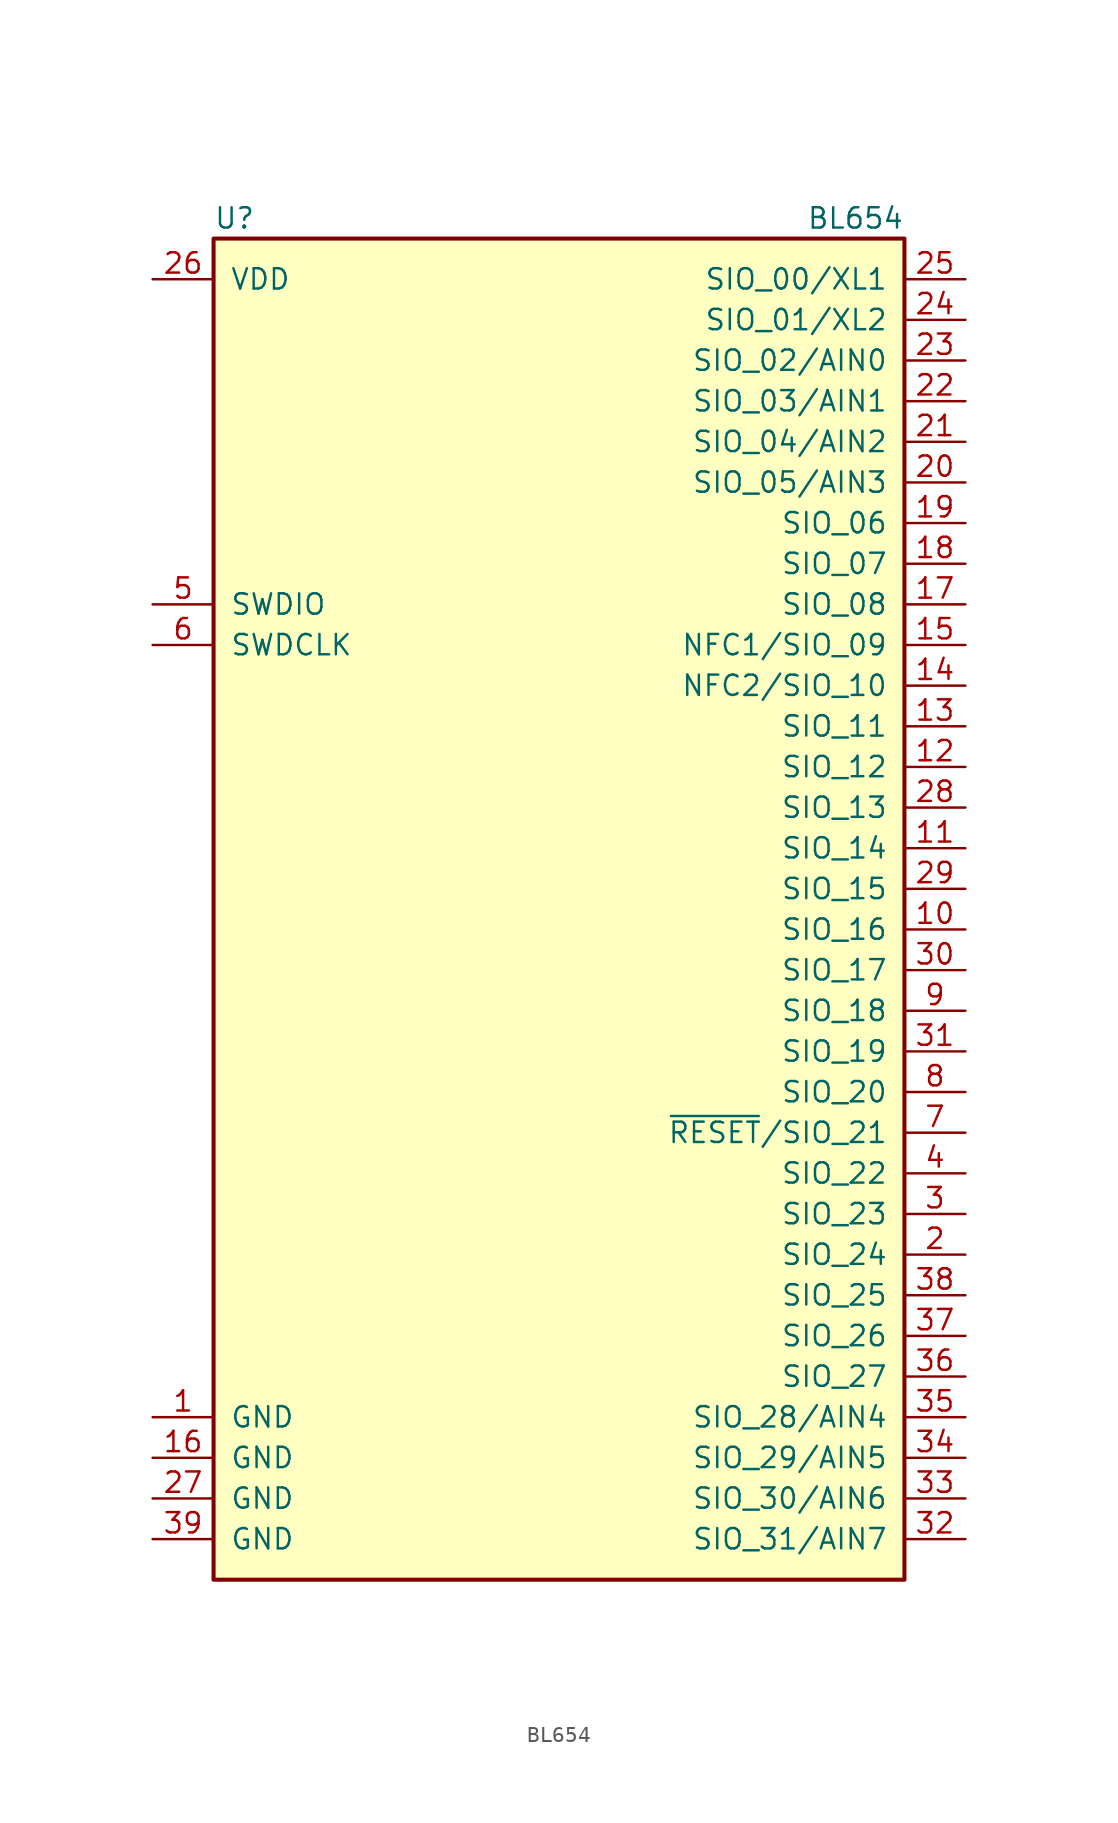
<source format=kicad_sym>
(kicad_symbol_lib
  (version 20211014)
  (generator kicad_symbol_editor)
  (symbol "BL654"
    (pin_names
      (offset 1.016))
    (property "Reference" "U"
      (at -21.59 41.91 0)
      (effects (font (size 1.27 1.27)) (justify left)))
    (property "Value" "BL654"
      (at 21.59 41.91 0)
      (effects (font (size 1.27 1.27)) (justify right)))
    (symbol "BL654_0_1"
      (rectangle (start 21.59 40.64) (end -21.59 -43.18) (stroke (width 0.254) (type default) (color 0 0 0 0)) (fill (type background))))
    (symbol "BL654_1_1"
      (pin power_in line (at -25.4 -33.02 0) (length 3.81) (name "GND" (effects (font (size 1.27 1.27)))) (number "1" (effects (font (size 1.27 1.27)))))
      (pin bidirectional line (at 25.4 -2.54 180) (length 3.81) (name "SIO_16" (effects (font (size 1.27 1.27)))) (number "10" (effects (font (size 1.27 1.27)))))
      (pin bidirectional line (at 25.4 2.54 180) (length 3.81) (name "SIO_14" (effects (font (size 1.27 1.27)))) (number "11" (effects (font (size 1.27 1.27)))))
      (pin bidirectional line (at 25.4 7.62 180) (length 3.81) (name "SIO_12" (effects (font (size 1.27 1.27)))) (number "12" (effects (font (size 1.27 1.27)))))
      (pin bidirectional line (at 25.4 10.16 180) (length 3.81) (name "SIO_11" (effects (font (size 1.27 1.27)))) (number "13" (effects (font (size 1.27 1.27)))))
      (pin bidirectional line (at 25.4 12.7 180) (length 3.81) (name "NFC2/SIO_10" (effects (font (size 1.27 1.27)))) (number "14" (effects (font (size 1.27 1.27)))))
      (pin bidirectional line (at 25.4 15.24 180) (length 3.81) (name "NFC1/SIO_09" (effects (font (size 1.27 1.27)))) (number "15" (effects (font (size 1.27 1.27)))))
      (pin power_in line (at -25.4 -35.56 0) (length 3.81) (name "GND" (effects (font (size 1.27 1.27)))) (number "16" (effects (font (size 1.27 1.27)))))
      (pin bidirectional line (at 25.4 17.78 180) (length 3.81) (name "SIO_08" (effects (font (size 1.27 1.27)))) (number "17" (effects (font (size 1.27 1.27)))))
      (pin bidirectional line (at 25.4 20.32 180) (length 3.81) (name "SIO_07" (effects (font (size 1.27 1.27)))) (number "18" (effects (font (size 1.27 1.27)))))
      (pin bidirectional line (at 25.4 22.86 180) (length 3.81) (name "SIO_06" (effects (font (size 1.27 1.27)))) (number "19" (effects (font (size 1.27 1.27)))))
      (pin bidirectional line (at 25.4 -22.86 180) (length 3.81) (name "SIO_24" (effects (font (size 1.27 1.27)))) (number "2" (effects (font (size 1.27 1.27)))))
      (pin bidirectional line (at 25.4 25.4 180) (length 3.81) (name "SIO_05/AIN3" (effects (font (size 1.27 1.27)))) (number "20" (effects (font (size 1.27 1.27)))))
      (pin bidirectional line (at 25.4 27.94 180) (length 3.81) (name "SIO_04/AIN2" (effects (font (size 1.27 1.27)))) (number "21" (effects (font (size 1.27 1.27)))))
      (pin bidirectional line (at 25.4 30.48 180) (length 3.81) (name "SIO_03/AIN1" (effects (font (size 1.27 1.27)))) (number "22" (effects (font (size 1.27 1.27)))))
      (pin bidirectional line (at 25.4 33.02 180) (length 3.81) (name "SIO_02/AIN0" (effects (font (size 1.27 1.27)))) (number "23" (effects (font (size 1.27 1.27)))))
      (pin bidirectional line (at 25.4 35.56 180) (length 3.81) (name "SIO_01/XL2" (effects (font (size 1.27 1.27)))) (number "24" (effects (font (size 1.27 1.27)))))
      (pin bidirectional line (at 25.4 38.1 180) (length 3.81) (name "SIO_00/XL1" (effects (font (size 1.27 1.27)))) (number "25" (effects (font (size 1.27 1.27)))))
      (pin power_in line (at -25.4 38.1 0) (length 3.81) (name "VDD" (effects (font (size 1.27 1.27)))) (number "26" (effects (font (size 1.27 1.27)))))
      (pin power_in line (at -25.4 -38.1 0) (length 3.81) (name "GND" (effects (font (size 1.27 1.27)))) (number "27" (effects (font (size 1.27 1.27)))))
      (pin bidirectional line (at 25.4 5.08 180) (length 3.81) (name "SIO_13" (effects (font (size 1.27 1.27)))) (number "28" (effects (font (size 1.27 1.27)))))
      (pin bidirectional line (at 25.4 0 180) (length 3.81) (name "SIO_15" (effects (font (size 1.27 1.27)))) (number "29" (effects (font (size 1.27 1.27)))))
      (pin bidirectional line (at 25.4 -20.32 180) (length 3.81) (name "SIO_23" (effects (font (size 1.27 1.27)))) (number "3" (effects (font (size 1.27 1.27)))))
      (pin bidirectional line (at 25.4 -5.08 180) (length 3.81) (name "SIO_17" (effects (font (size 1.27 1.27)))) (number "30" (effects (font (size 1.27 1.27)))))
      (pin bidirectional line (at 25.4 -10.16 180) (length 3.81) (name "SIO_19" (effects (font (size 1.27 1.27)))) (number "31" (effects (font (size 1.27 1.27)))))
      (pin bidirectional line (at 25.4 -40.64 180) (length 3.81) (name "SIO_31/AIN7" (effects (font (size 1.27 1.27)))) (number "32" (effects (font (size 1.27 1.27)))))
      (pin bidirectional line (at 25.4 -38.1 180) (length 3.81) (name "SIO_30/AIN6" (effects (font (size 1.27 1.27)))) (number "33" (effects (font (size 1.27 1.27)))))
      (pin bidirectional line (at 25.4 -35.56 180) (length 3.81) (name "SIO_29/AIN5" (effects (font (size 1.27 1.27)))) (number "34" (effects (font (size 1.27 1.27)))))
      (pin bidirectional line (at 25.4 -33.02 180) (length 3.81) (name "SIO_28/AIN4" (effects (font (size 1.27 1.27)))) (number "35" (effects (font (size 1.27 1.27)))))
      (pin bidirectional line (at 25.4 -30.48 180) (length 3.81) (name "SIO_27" (effects (font (size 1.27 1.27)))) (number "36" (effects (font (size 1.27 1.27)))))
      (pin bidirectional line (at 25.4 -27.94 180) (length 3.81) (name "SIO_26" (effects (font (size 1.27 1.27)))) (number "37" (effects (font (size 1.27 1.27)))))
      (pin bidirectional line (at 25.4 -25.4 180) (length 3.81) (name "SIO_25" (effects (font (size 1.27 1.27)))) (number "38" (effects (font (size 1.27 1.27)))))
      (pin power_in line (at -25.4 -40.64 0) (length 3.81) (name "GND" (effects (font (size 1.27 1.27)))) (number "39" (effects (font (size 1.27 1.27)))))
      (pin bidirectional line (at 25.4 -17.78 180) (length 3.81) (name "SIO_22" (effects (font (size 1.27 1.27)))) (number "4" (effects (font (size 1.27 1.27)))))
      (pin bidirectional line (at -25.4 17.78 0) (length 3.81) (name "SWDIO" (effects (font (size 1.27 1.27)))) (number "5" (effects (font (size 1.27 1.27)))))
      (pin input line (at -25.4 15.24 0) (length 3.81) (name "SWDCLK" (effects (font (size 1.27 1.27)))) (number "6" (effects (font (size 1.27 1.27)))))
      (pin bidirectional line (at 25.4 -15.24 180) (length 3.81) (name "~{RESET}/SIO_21" (effects (font (size 1.27 1.27)))) (number "7" (effects (font (size 1.27 1.27)))))
      (pin bidirectional line (at 25.4 -12.7 180) (length 3.81) (name "SIO_20" (effects (font (size 1.27 1.27)))) (number "8" (effects (font (size 1.27 1.27)))))
      (pin bidirectional line (at 25.4 -7.62 180) (length 3.81) (name "SIO_18" (effects (font (size 1.27 1.27)))) (number "9" (effects (font (size 1.27 1.27))))))))
</source>
